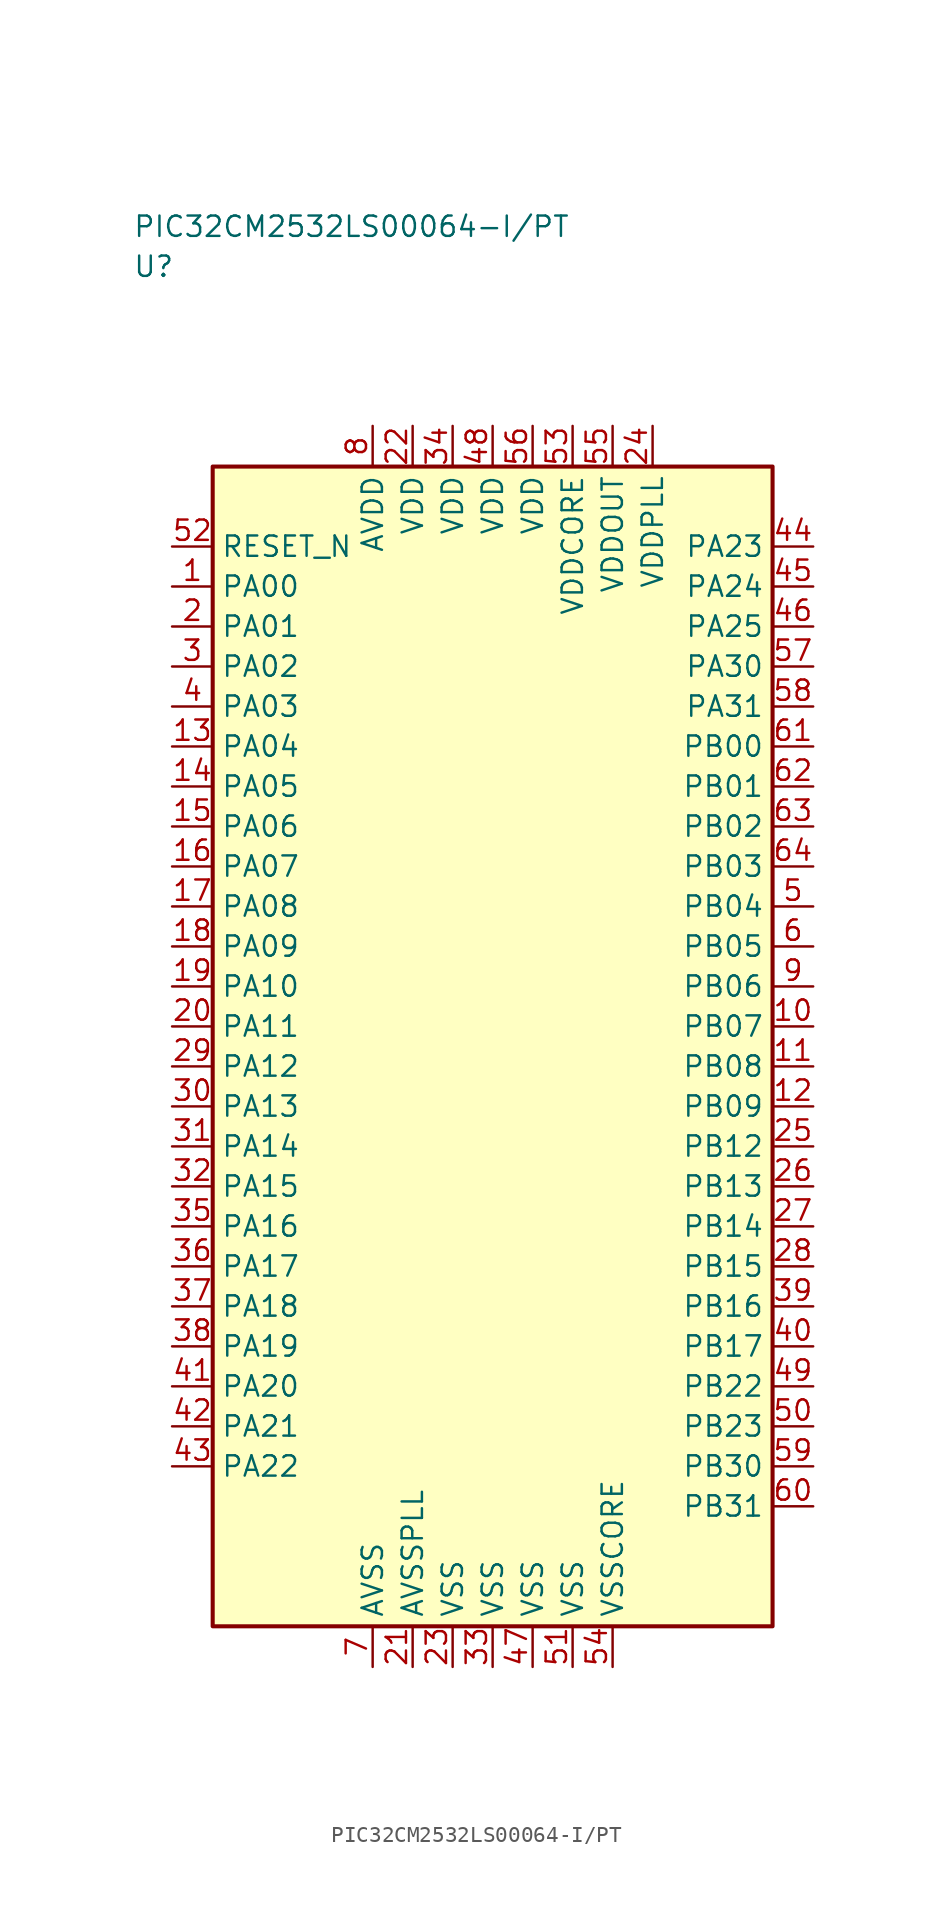
<source format=kicad_sym>
(kicad_symbol_lib
  (version 20241025)
  (generator "kicad_symbol_editor")
  (generator_version "8.0")
  (symbol "PIC32CM2532LS00064-I/PT"
    (property "Reference" "U"
      (at -22.5 48.75 0)
      (effects (font (size 1.27 1.27)) (justify left)))
    (property "Value" "PIC32CM2532LS00064-I/PT"
      (at -22.5 51.25 0)
      (effects (font (size 1.27 1.27)) (justify left)))
    (symbol "PIC32CM2532LS00064-I/PT_0_1"
      (rectangle (start -17.5 36.25) (end 17.5 -36.25) (stroke (width 0.254) (type default)) (fill (type background))))
    (symbol "PIC32CM2532LS00064-I/PT_1_1"
      (pin bidirectional line (at -20.04 28.75 0.0) (length 2.54) (name "PA00" (effects (font (size 1.27 1.27)))) (number "1" (effects (font (size 1.27 1.27)))))
      (pin bidirectional line (at -20.04 26.25 0.0) (length 2.54) (name "PA01" (effects (font (size 1.27 1.27)))) (number "2" (effects (font (size 1.27 1.27)))))
      (pin bidirectional line (at -20.04 23.75 0.0) (length 2.54) (name "PA02" (effects (font (size 1.27 1.27)))) (number "3" (effects (font (size 1.27 1.27)))))
      (pin bidirectional line (at -20.04 21.25 0.0) (length 2.54) (name "PA03" (effects (font (size 1.27 1.27)))) (number "4" (effects (font (size 1.27 1.27)))))
      (pin bidirectional line (at 20.04 8.75 180.0) (length 2.54) (name "PB04" (effects (font (size 1.27 1.27)))) (number "5" (effects (font (size 1.27 1.27)))))
      (pin bidirectional line (at 20.04 6.25 180.0) (length 2.54) (name "PB05" (effects (font (size 1.27 1.27)))) (number "6" (effects (font (size 1.27 1.27)))))
      (pin passive line (at -7.5 -38.79 90.0) (length 2.54) (name "AVSS" (effects (font (size 1.27 1.27)))) (number "7" (effects (font (size 1.27 1.27)))))
      (pin power_in line (at -7.5 38.79 270.0) (length 2.54) (name "AVDD" (effects (font (size 1.27 1.27)))) (number "8" (effects (font (size 1.27 1.27)))))
      (pin bidirectional line (at 20.04 3.75 180.0) (length 2.54) (name "PB06" (effects (font (size 1.27 1.27)))) (number "9" (effects (font (size 1.27 1.27)))))
      (pin bidirectional line (at 20.04 1.25 180.0) (length 2.54) (name "PB07" (effects (font (size 1.27 1.27)))) (number "10" (effects (font (size 1.27 1.27)))))
      (pin bidirectional line (at 20.04 -1.25 180.0) (length 2.54) (name "PB08" (effects (font (size 1.27 1.27)))) (number "11" (effects (font (size 1.27 1.27)))))
      (pin bidirectional line (at 20.04 -3.75 180.0) (length 2.54) (name "PB09" (effects (font (size 1.27 1.27)))) (number "12" (effects (font (size 1.27 1.27)))))
      (pin bidirectional line (at -20.04 18.75 0.0) (length 2.54) (name "PA04" (effects (font (size 1.27 1.27)))) (number "13" (effects (font (size 1.27 1.27)))))
      (pin bidirectional line (at -20.04 16.25 0.0) (length 2.54) (name "PA05" (effects (font (size 1.27 1.27)))) (number "14" (effects (font (size 1.27 1.27)))))
      (pin bidirectional line (at -20.04 13.75 0.0) (length 2.54) (name "PA06" (effects (font (size 1.27 1.27)))) (number "15" (effects (font (size 1.27 1.27)))))
      (pin bidirectional line (at -20.04 11.25 0.0) (length 2.54) (name "PA07" (effects (font (size 1.27 1.27)))) (number "16" (effects (font (size 1.27 1.27)))))
      (pin bidirectional line (at -20.04 8.75 0.0) (length 2.54) (name "PA08" (effects (font (size 1.27 1.27)))) (number "17" (effects (font (size 1.27 1.27)))))
      (pin bidirectional line (at -20.04 6.25 0.0) (length 2.54) (name "PA09" (effects (font (size 1.27 1.27)))) (number "18" (effects (font (size 1.27 1.27)))))
      (pin bidirectional line (at -20.04 3.75 0.0) (length 2.54) (name "PA10" (effects (font (size 1.27 1.27)))) (number "19" (effects (font (size 1.27 1.27)))))
      (pin bidirectional line (at -20.04 1.25 0.0) (length 2.54) (name "PA11" (effects (font (size 1.27 1.27)))) (number "20" (effects (font (size 1.27 1.27)))))
      (pin passive line (at -5.0 -38.79 90.0) (length 2.54) (name "AVSSPLL" (effects (font (size 1.27 1.27)))) (number "21" (effects (font (size 1.27 1.27)))))
      (pin power_in line (at -5.0 38.79 270.0) (length 2.54) (name "VDD" (effects (font (size 1.27 1.27)))) (number "22" (effects (font (size 1.27 1.27)))))
      (pin passive line (at -2.5 -38.79 90.0) (length 2.54) (name "VSS" (effects (font (size 1.27 1.27)))) (number "23" (effects (font (size 1.27 1.27)))))
      (pin power_in line (at 10.0 38.79 270.0) (length 2.54) (name "VDDPLL" (effects (font (size 1.27 1.27)))) (number "24" (effects (font (size 1.27 1.27)))))
      (pin bidirectional line (at 20.04 -6.25 180.0) (length 2.54) (name "PB12" (effects (font (size 1.27 1.27)))) (number "25" (effects (font (size 1.27 1.27)))))
      (pin bidirectional line (at 20.04 -8.75 180.0) (length 2.54) (name "PB13" (effects (font (size 1.27 1.27)))) (number "26" (effects (font (size 1.27 1.27)))))
      (pin bidirectional line (at 20.04 -11.25 180.0) (length 2.54) (name "PB14" (effects (font (size 1.27 1.27)))) (number "27" (effects (font (size 1.27 1.27)))))
      (pin bidirectional line (at 20.04 -13.75 180.0) (length 2.54) (name "PB15" (effects (font (size 1.27 1.27)))) (number "28" (effects (font (size 1.27 1.27)))))
      (pin bidirectional line (at -20.04 -1.25 0.0) (length 2.54) (name "PA12" (effects (font (size 1.27 1.27)))) (number "29" (effects (font (size 1.27 1.27)))))
      (pin bidirectional line (at -20.04 -3.75 0.0) (length 2.54) (name "PA13" (effects (font (size 1.27 1.27)))) (number "30" (effects (font (size 1.27 1.27)))))
      (pin bidirectional line (at -20.04 -6.25 0.0) (length 2.54) (name "PA14" (effects (font (size 1.27 1.27)))) (number "31" (effects (font (size 1.27 1.27)))))
      (pin bidirectional line (at -20.04 -8.75 0.0) (length 2.54) (name "PA15" (effects (font (size 1.27 1.27)))) (number "32" (effects (font (size 1.27 1.27)))))
      (pin passive line (at 0.0 -38.79 90.0) (length 2.54) (name "VSS" (effects (font (size 1.27 1.27)))) (number "33" (effects (font (size 1.27 1.27)))))
      (pin power_in line (at -2.5 38.79 270.0) (length 2.54) (name "VDD" (effects (font (size 1.27 1.27)))) (number "34" (effects (font (size 1.27 1.27)))))
      (pin bidirectional line (at -20.04 -11.25 0.0) (length 2.54) (name "PA16" (effects (font (size 1.27 1.27)))) (number "35" (effects (font (size 1.27 1.27)))))
      (pin bidirectional line (at -20.04 -13.75 0.0) (length 2.54) (name "PA17" (effects (font (size 1.27 1.27)))) (number "36" (effects (font (size 1.27 1.27)))))
      (pin bidirectional line (at -20.04 -16.25 0.0) (length 2.54) (name "PA18" (effects (font (size 1.27 1.27)))) (number "37" (effects (font (size 1.27 1.27)))))
      (pin bidirectional line (at -20.04 -18.75 0.0) (length 2.54) (name "PA19" (effects (font (size 1.27 1.27)))) (number "38" (effects (font (size 1.27 1.27)))))
      (pin bidirectional line (at 20.04 -16.25 180.0) (length 2.54) (name "PB16" (effects (font (size 1.27 1.27)))) (number "39" (effects (font (size 1.27 1.27)))))
      (pin bidirectional line (at 20.04 -18.75 180.0) (length 2.54) (name "PB17" (effects (font (size 1.27 1.27)))) (number "40" (effects (font (size 1.27 1.27)))))
      (pin bidirectional line (at -20.04 -21.25 0.0) (length 2.54) (name "PA20" (effects (font (size 1.27 1.27)))) (number "41" (effects (font (size 1.27 1.27)))))
      (pin bidirectional line (at -20.04 -23.75 0.0) (length 2.54) (name "PA21" (effects (font (size 1.27 1.27)))) (number "42" (effects (font (size 1.27 1.27)))))
      (pin bidirectional line (at -20.04 -26.25 0.0) (length 2.54) (name "PA22" (effects (font (size 1.27 1.27)))) (number "43" (effects (font (size 1.27 1.27)))))
      (pin bidirectional line (at 20.04 31.25 180.0) (length 2.54) (name "PA23" (effects (font (size 1.27 1.27)))) (number "44" (effects (font (size 1.27 1.27)))))
      (pin bidirectional line (at 20.04 28.75 180.0) (length 2.54) (name "PA24" (effects (font (size 1.27 1.27)))) (number "45" (effects (font (size 1.27 1.27)))))
      (pin bidirectional line (at 20.04 26.25 180.0) (length 2.54) (name "PA25" (effects (font (size 1.27 1.27)))) (number "46" (effects (font (size 1.27 1.27)))))
      (pin passive line (at 2.5 -38.79 90.0) (length 2.54) (name "VSS" (effects (font (size 1.27 1.27)))) (number "47" (effects (font (size 1.27 1.27)))))
      (pin power_in line (at 0.0 38.79 270.0) (length 2.54) (name "VDD" (effects (font (size 1.27 1.27)))) (number "48" (effects (font (size 1.27 1.27)))))
      (pin bidirectional line (at 20.04 -21.25 180.0) (length 2.54) (name "PB22" (effects (font (size 1.27 1.27)))) (number "49" (effects (font (size 1.27 1.27)))))
      (pin bidirectional line (at 20.04 -23.75 180.0) (length 2.54) (name "PB23" (effects (font (size 1.27 1.27)))) (number "50" (effects (font (size 1.27 1.27)))))
      (pin passive line (at 5.0 -38.79 90.0) (length 2.54) (name "VSS" (effects (font (size 1.27 1.27)))) (number "51" (effects (font (size 1.27 1.27)))))
      (pin input line (at -20.04 31.25 0.0) (length 2.54) (name "RESET_N" (effects (font (size 1.27 1.27)))) (number "52" (effects (font (size 1.27 1.27)))))
      (pin power_in line (at 5.0 38.79 270.0) (length 2.54) (name "VDDCORE" (effects (font (size 1.27 1.27)))) (number "53" (effects (font (size 1.27 1.27)))))
      (pin passive line (at 7.5 -38.79 90.0) (length 2.54) (name "VSSCORE" (effects (font (size 1.27 1.27)))) (number "54" (effects (font (size 1.27 1.27)))))
      (pin power_in line (at 7.5 38.79 270.0) (length 2.54) (name "VDDOUT" (effects (font (size 1.27 1.27)))) (number "55" (effects (font (size 1.27 1.27)))))
      (pin power_in line (at 2.5 38.79 270.0) (length 2.54) (name "VDD" (effects (font (size 1.27 1.27)))) (number "56" (effects (font (size 1.27 1.27)))))
      (pin bidirectional line (at 20.04 23.75 180.0) (length 2.54) (name "PA30" (effects (font (size 1.27 1.27)))) (number "57" (effects (font (size 1.27 1.27)))))
      (pin bidirectional line (at 20.04 21.25 180.0) (length 2.54) (name "PA31" (effects (font (size 1.27 1.27)))) (number "58" (effects (font (size 1.27 1.27)))))
      (pin bidirectional line (at 20.04 -26.25 180.0) (length 2.54) (name "PB30" (effects (font (size 1.27 1.27)))) (number "59" (effects (font (size 1.27 1.27)))))
      (pin bidirectional line (at 20.04 -28.75 180.0) (length 2.54) (name "PB31" (effects (font (size 1.27 1.27)))) (number "60" (effects (font (size 1.27 1.27)))))
      (pin bidirectional line (at 20.04 18.75 180.0) (length 2.54) (name "PB00" (effects (font (size 1.27 1.27)))) (number "61" (effects (font (size 1.27 1.27)))))
      (pin bidirectional line (at 20.04 16.25 180.0) (length 2.54) (name "PB01" (effects (font (size 1.27 1.27)))) (number "62" (effects (font (size 1.27 1.27)))))
      (pin bidirectional line (at 20.04 13.75 180.0) (length 2.54) (name "PB02" (effects (font (size 1.27 1.27)))) (number "63" (effects (font (size 1.27 1.27)))))
      (pin bidirectional line (at 20.04 11.25 180.0) (length 2.54) (name "PB03" (effects (font (size 1.27 1.27)))) (number "64" (effects (font (size 1.27 1.27))))))))
</source>
